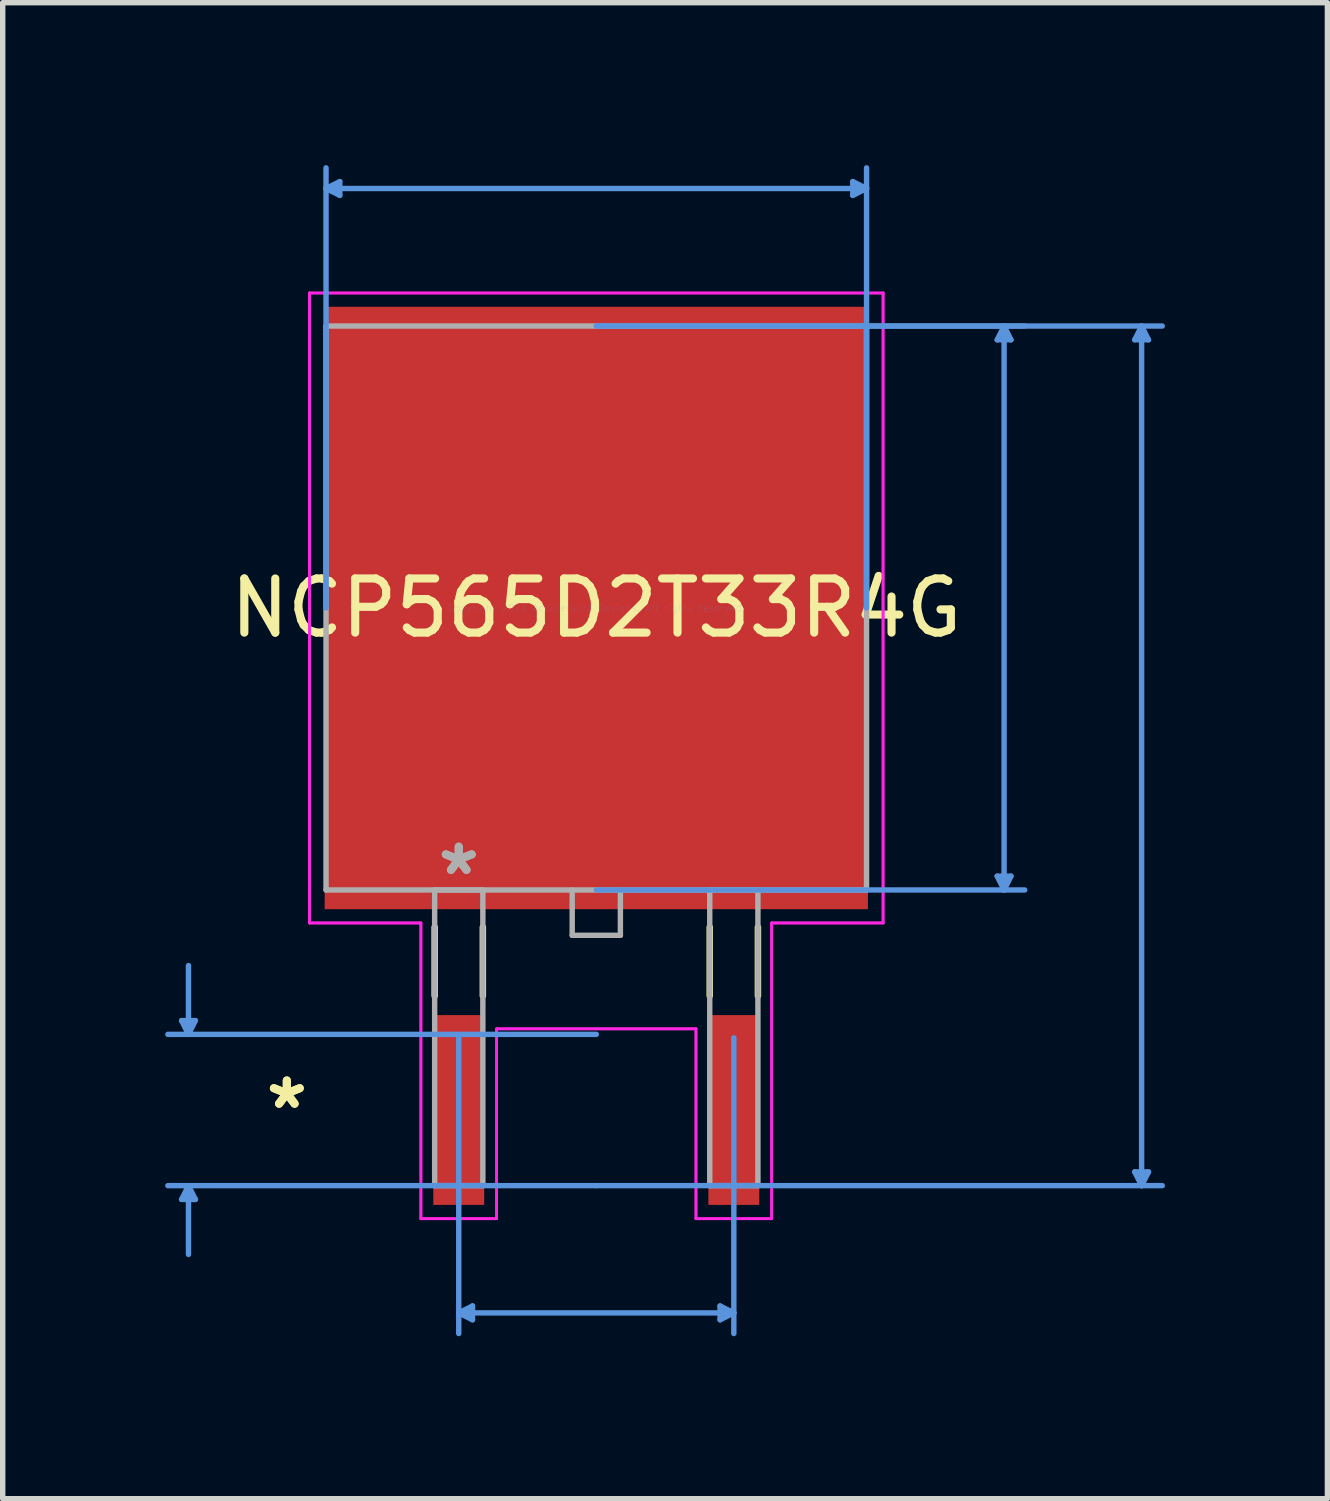
<source format=kicad_pcb>
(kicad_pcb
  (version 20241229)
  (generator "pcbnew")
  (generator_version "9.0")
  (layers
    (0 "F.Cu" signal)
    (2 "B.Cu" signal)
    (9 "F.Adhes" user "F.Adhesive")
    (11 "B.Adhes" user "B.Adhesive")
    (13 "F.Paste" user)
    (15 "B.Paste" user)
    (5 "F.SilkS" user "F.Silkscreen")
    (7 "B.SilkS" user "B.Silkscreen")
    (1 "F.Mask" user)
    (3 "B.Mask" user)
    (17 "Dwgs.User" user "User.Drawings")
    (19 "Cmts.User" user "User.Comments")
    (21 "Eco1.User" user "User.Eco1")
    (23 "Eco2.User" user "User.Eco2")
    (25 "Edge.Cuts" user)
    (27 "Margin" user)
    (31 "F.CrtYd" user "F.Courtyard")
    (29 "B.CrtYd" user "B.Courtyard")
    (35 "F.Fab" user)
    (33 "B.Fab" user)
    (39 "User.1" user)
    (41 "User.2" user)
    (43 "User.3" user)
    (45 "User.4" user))
  (footprint "NCP565D2T33R4G"
    (layer "F.Cu")
    (at 7.962 8.178)
    (property "Reference" "NCP565D2T33R4G" (at 0 0 0) (layer "F.SilkS") (effects (font (size 1 1) (thickness 0.15))))
    (attr through_hole)
    (fp_line (start -2.985 5.895) (end -2.985 7.163) (stroke (width 0.12) (type solid)) (layer "F.SilkS"))
    (fp_line (start -2.095 5.895) (end -2.095 7.163) (stroke (width 0.12) (type solid)) (layer "F.SilkS"))
    (fp_line (start 2.095 5.895) (end 2.095 7.163) (stroke (width 0.12) (type solid)) (layer "F.SilkS"))
    (fp_line (start 2.985 5.895) (end 2.985 7.163) (stroke (width 0.12) (type solid)) (layer "F.SilkS"))
    (fp_line (start -7.658 7.62) (end -7.404 7.62) (stroke (width 0.1) (type solid)) (layer "Cmts.User"))
    (fp_line (start -7.658 10.922) (end -7.404 10.922) (stroke (width 0.1) (type solid)) (layer "Cmts.User"))
    (fp_line (start -7.531 7.874) (end -7.658 7.62) (stroke (width 0.1) (type solid)) (layer "Cmts.User"))
    (fp_line (start -7.531 7.874) (end -7.531 6.604) (stroke (width 0.1) (type solid)) (layer "Cmts.User"))
    (fp_line (start -7.531 7.874) (end -7.404 7.62) (stroke (width 0.1) (type solid)) (layer "Cmts.User"))
    (fp_line (start -7.531 10.668) (end -7.658 10.922) (stroke (width 0.1) (type solid)) (layer "Cmts.User"))
    (fp_line (start -7.531 10.668) (end -7.531 11.938) (stroke (width 0.1) (type solid)) (layer "Cmts.User"))
    (fp_line (start -7.531 10.668) (end -7.404 10.922) (stroke (width 0.1) (type solid)) (layer "Cmts.User"))
    (fp_line (start -4.991 -7.747) (end -4.737 -7.874) (stroke (width 0.1) (type solid)) (layer "Cmts.User"))
    (fp_line (start -4.991 -7.747) (end -4.737 -7.62) (stroke (width 0.1) (type solid)) (layer "Cmts.User"))
    (fp_line (start -4.991 -7.747) (end 4.991 -7.747) (stroke (width 0.1) (type solid)) (layer "Cmts.User"))
    (fp_line (start -4.991 0) (end -4.991 -8.128) (stroke (width 0.1) (type solid)) (layer "Cmts.User"))
    (fp_line (start -4.737 -7.874) (end -4.737 -7.62) (stroke (width 0.1) (type solid)) (layer "Cmts.User"))
    (fp_line (start -2.54 7.938) (end -2.54 13.399) (stroke (width 0.1) (type solid)) (layer "Cmts.User"))
    (fp_line (start -2.54 13.018) (end -2.286 12.89) (stroke (width 0.1) (type solid)) (layer "Cmts.User"))
    (fp_line (start -2.54 13.018) (end -2.286 13.145) (stroke (width 0.1) (type solid)) (layer "Cmts.User"))
    (fp_line (start -2.54 13.018) (end 2.54 13.018) (stroke (width 0.1) (type solid)) (layer "Cmts.User"))
    (fp_line (start -2.286 12.89) (end -2.286 13.145) (stroke (width 0.1) (type solid)) (layer "Cmts.User"))
    (fp_line (start 0 -5.207) (end 7.912 -5.207) (stroke (width 0.1) (type solid)) (layer "Cmts.User"))
    (fp_line (start 0 -5.207) (end 10.452 -5.207) (stroke (width 0.1) (type solid)) (layer "Cmts.User"))
    (fp_line (start 0 5.207) (end 7.912 5.207) (stroke (width 0.1) (type solid)) (layer "Cmts.User"))
    (fp_line (start 0 7.874) (end -7.912 7.874) (stroke (width 0.1) (type solid)) (layer "Cmts.User"))
    (fp_line (start 0 10.668) (end -7.912 10.668) (stroke (width 0.1) (type solid)) (layer "Cmts.User"))
    (fp_line (start 0 10.668) (end 10.452 10.668) (stroke (width 0.1) (type solid)) (layer "Cmts.User"))
    (fp_line (start 2.286 12.89) (end 2.286 13.145) (stroke (width 0.1) (type solid)) (layer "Cmts.User"))
    (fp_line (start 2.54 7.938) (end 2.54 13.399) (stroke (width 0.1) (type solid)) (layer "Cmts.User"))
    (fp_line (start 2.54 13.018) (end 2.286 12.89) (stroke (width 0.1) (type solid)) (layer "Cmts.User"))
    (fp_line (start 2.54 13.018) (end 2.286 13.145) (stroke (width 0.1) (type solid)) (layer "Cmts.User"))
    (fp_line (start 4.737 -7.874) (end 4.737 -7.62) (stroke (width 0.1) (type solid)) (layer "Cmts.User"))
    (fp_line (start 4.991 -7.747) (end 4.737 -7.874) (stroke (width 0.1) (type solid)) (layer "Cmts.User"))
    (fp_line (start 4.991 -7.747) (end 4.737 -7.62) (stroke (width 0.1) (type solid)) (layer "Cmts.User"))
    (fp_line (start 4.991 0) (end 4.991 -8.128) (stroke (width 0.1) (type solid)) (layer "Cmts.User"))
    (fp_line (start 7.404 -4.953) (end 7.658 -4.953) (stroke (width 0.1) (type solid)) (layer "Cmts.User"))
    (fp_line (start 7.404 4.953) (end 7.658 4.953) (stroke (width 0.1) (type solid)) (layer "Cmts.User"))
    (fp_line (start 7.531 -5.207) (end 7.404 -4.953) (stroke (width 0.1) (type solid)) (layer "Cmts.User"))
    (fp_line (start 7.531 -5.207) (end 7.531 5.207) (stroke (width 0.1) (type solid)) (layer "Cmts.User"))
    (fp_line (start 7.531 -5.207) (end 7.658 -4.953) (stroke (width 0.1) (type solid)) (layer "Cmts.User"))
    (fp_line (start 7.531 5.207) (end 7.404 4.953) (stroke (width 0.1) (type solid)) (layer "Cmts.User"))
    (fp_line (start 7.531 5.207) (end 7.658 4.953) (stroke (width 0.1) (type solid)) (layer "Cmts.User"))
    (fp_line (start 9.944 -4.953) (end 10.198 -4.953) (stroke (width 0.1) (type solid)) (layer "Cmts.User"))
    (fp_line (start 9.944 10.414) (end 10.198 10.414) (stroke (width 0.1) (type solid)) (layer "Cmts.User"))
    (fp_line (start 10.071 -5.207) (end 9.944 -4.953) (stroke (width 0.1) (type solid)) (layer "Cmts.User"))
    (fp_line (start 10.071 -5.207) (end 10.071 10.668) (stroke (width 0.1) (type solid)) (layer "Cmts.User"))
    (fp_line (start 10.071 -5.207) (end 10.198 -4.953) (stroke (width 0.1) (type solid)) (layer "Cmts.User"))
    (fp_line (start 10.071 10.668) (end 9.944 10.414) (stroke (width 0.1) (type solid)) (layer "Cmts.User"))
    (fp_line (start 10.071 10.668) (end 10.198 10.414) (stroke (width 0.1) (type solid)) (layer "Cmts.User"))
    (fp_line (start -5.296 -5.817) (end 5.296 -5.817) (stroke (width 0.05) (type solid)) (layer "F.CrtYd"))
    (fp_line (start -5.296 -5.817) (end 5.296 -5.817) (stroke (width 0.05) (type solid)) (layer "F.CrtYd"))
    (fp_line (start -5.296 5.817) (end -5.296 -5.817) (stroke (width 0.05) (type solid)) (layer "F.CrtYd"))
    (fp_line (start -5.296 5.817) (end -5.296 -5.817) (stroke (width 0.05) (type solid)) (layer "F.CrtYd"))
    (fp_line (start -3.239 5.817) (end -5.296 5.817) (stroke (width 0.05) (type solid)) (layer "F.CrtYd"))
    (fp_line (start -3.239 5.817) (end -5.296 5.817) (stroke (width 0.05) (type solid)) (layer "F.CrtYd"))
    (fp_line (start -3.239 11.278) (end -3.239 5.817) (stroke (width 0.05) (type solid)) (layer "F.CrtYd"))
    (fp_line (start -3.239 11.278) (end -3.239 5.817) (stroke (width 0.05) (type solid)) (layer "F.CrtYd"))
    (fp_line (start -1.841 7.772) (end -1.841 11.278) (stroke (width 0.05) (type solid)) (layer "F.CrtYd"))
    (fp_line (start -1.841 7.772) (end -1.841 11.278) (stroke (width 0.05) (type solid)) (layer "F.CrtYd"))
    (fp_line (start -1.841 11.278) (end -3.239 11.278) (stroke (width 0.05) (type solid)) (layer "F.CrtYd"))
    (fp_line (start -1.841 11.278) (end -3.239 11.278) (stroke (width 0.05) (type solid)) (layer "F.CrtYd"))
    (fp_line (start 1.841 7.772) (end -1.841 7.772) (stroke (width 0.05) (type solid)) (layer "F.CrtYd"))
    (fp_line (start 1.841 7.772) (end -1.841 7.772) (stroke (width 0.05) (type solid)) (layer "F.CrtYd"))
    (fp_line (start 1.841 11.278) (end 1.841 7.772) (stroke (width 0.05) (type solid)) (layer "F.CrtYd"))
    (fp_line (start 1.841 11.278) (end 1.841 7.772) (stroke (width 0.05) (type solid)) (layer "F.CrtYd"))
    (fp_line (start 3.239 5.817) (end 3.239 11.278) (stroke (width 0.05) (type solid)) (layer "F.CrtYd"))
    (fp_line (start 3.239 5.817) (end 3.239 11.278) (stroke (width 0.05) (type solid)) (layer "F.CrtYd"))
    (fp_line (start 3.239 11.278) (end 1.841 11.278) (stroke (width 0.05) (type solid)) (layer "F.CrtYd"))
    (fp_line (start 3.239 11.278) (end 1.841 11.278) (stroke (width 0.05) (type solid)) (layer "F.CrtYd"))
    (fp_line (start 5.296 -5.817) (end 5.296 5.817) (stroke (width 0.05) (type solid)) (layer "F.CrtYd"))
    (fp_line (start 5.296 -5.817) (end 5.296 5.817) (stroke (width 0.05) (type solid)) (layer "F.CrtYd"))
    (fp_line (start 5.296 5.817) (end 3.239 5.817) (stroke (width 0.05) (type solid)) (layer "F.CrtYd"))
    (fp_line (start 5.296 5.817) (end 3.239 5.817) (stroke (width 0.05) (type solid)) (layer "F.CrtYd"))
    (fp_line (start -4.991 -5.207) (end -4.991 5.207) (stroke (width 0.1) (type solid)) (layer "F.Fab"))
    (fp_line (start -4.991 5.207) (end 4.991 5.207) (stroke (width 0.1) (type solid)) (layer "F.Fab"))
    (fp_line (start -2.985 5.207) (end -2.985 10.668) (stroke (width 0.1) (type solid)) (layer "F.Fab"))
    (fp_line (start -2.985 10.668) (end -2.095 10.668) (stroke (width 0.1) (type solid)) (layer "F.Fab"))
    (fp_line (start -2.095 5.207) (end -2.985 5.207) (stroke (width 0.1) (type solid)) (layer "F.Fab"))
    (fp_line (start -2.095 10.668) (end -2.095 5.207) (stroke (width 0.1) (type solid)) (layer "F.Fab"))
    (fp_line (start -0.445 5.207) (end -0.445 6.045) (stroke (width 0.1) (type solid)) (layer "F.Fab"))
    (fp_line (start -0.445 6.045) (end 0.445 6.045) (stroke (width 0.1) (type solid)) (layer "F.Fab"))
    (fp_line (start 0.445 6.045) (end 0.445 5.207) (stroke (width 0.1) (type solid)) (layer "F.Fab"))
    (fp_line (start 2.095 5.207) (end 2.095 10.668) (stroke (width 0.1) (type solid)) (layer "F.Fab"))
    (fp_line (start 2.095 10.668) (end 2.985 10.668) (stroke (width 0.1) (type solid)) (layer "F.Fab"))
    (fp_line (start 2.985 5.207) (end 2.095 5.207) (stroke (width 0.1) (type solid)) (layer "F.Fab"))
    (fp_line (start 2.985 10.668) (end 2.985 5.207) (stroke (width 0.1) (type solid)) (layer "F.Fab"))
    (fp_line (start 4.991 -5.207) (end -4.991 -5.207) (stroke (width 0.1) (type solid)) (layer "F.Fab"))
    (fp_line (start 4.991 5.207) (end 4.991 -5.207) (stroke (width 0.1) (type solid)) (layer "F.Fab"))
    (fp_text user "*" (at -5.715 9.271 0) (layer "F.SilkS") (effects (font (size 1 1) (thickness 0.15))))
    (fp_text user "*" (at -5.715 9.271 0) (layer "F.SilkS") (effects (font (size 1 1) (thickness 0.15))))
    (fp_text user "Copyright 2021 Accelerated Designs. All rights reserved." (at 0 0 0) (layer "Cmts.User") (effects (font (size 0.127 0.127) (thickness 0.002))))
    (fp_text user "*" (at -2.54 4.953 0) (layer "F.Fab") (effects (font (size 1 1) (thickness 0.15))))
    (fp_text user "*" (at -2.54 4.953 0) (layer "F.Fab") (effects (font (size 1 1) (thickness 0.15))))
    (pad "1" smd rect (at -2.54 9.271) (size 0.94 3.505) (layers "F.Cu" "F.Mask" "F.Paste"))
    (pad "3" smd rect (at 2.54 9.271) (size 0.94 3.505) (layers "F.Cu" "F.Mask" "F.Paste"))
    (pad "4" smd rect (at 0 0) (size 10.033 11.125) (layers "F.Cu" "F.Mask" "F.Paste")))
  (gr_rect
    (start -3 -3)
    (end 21.464 24.627)
    (stroke (width 0.1) (type default))
    (fill no)
    (layer "Edge.Cuts")))
</source>
